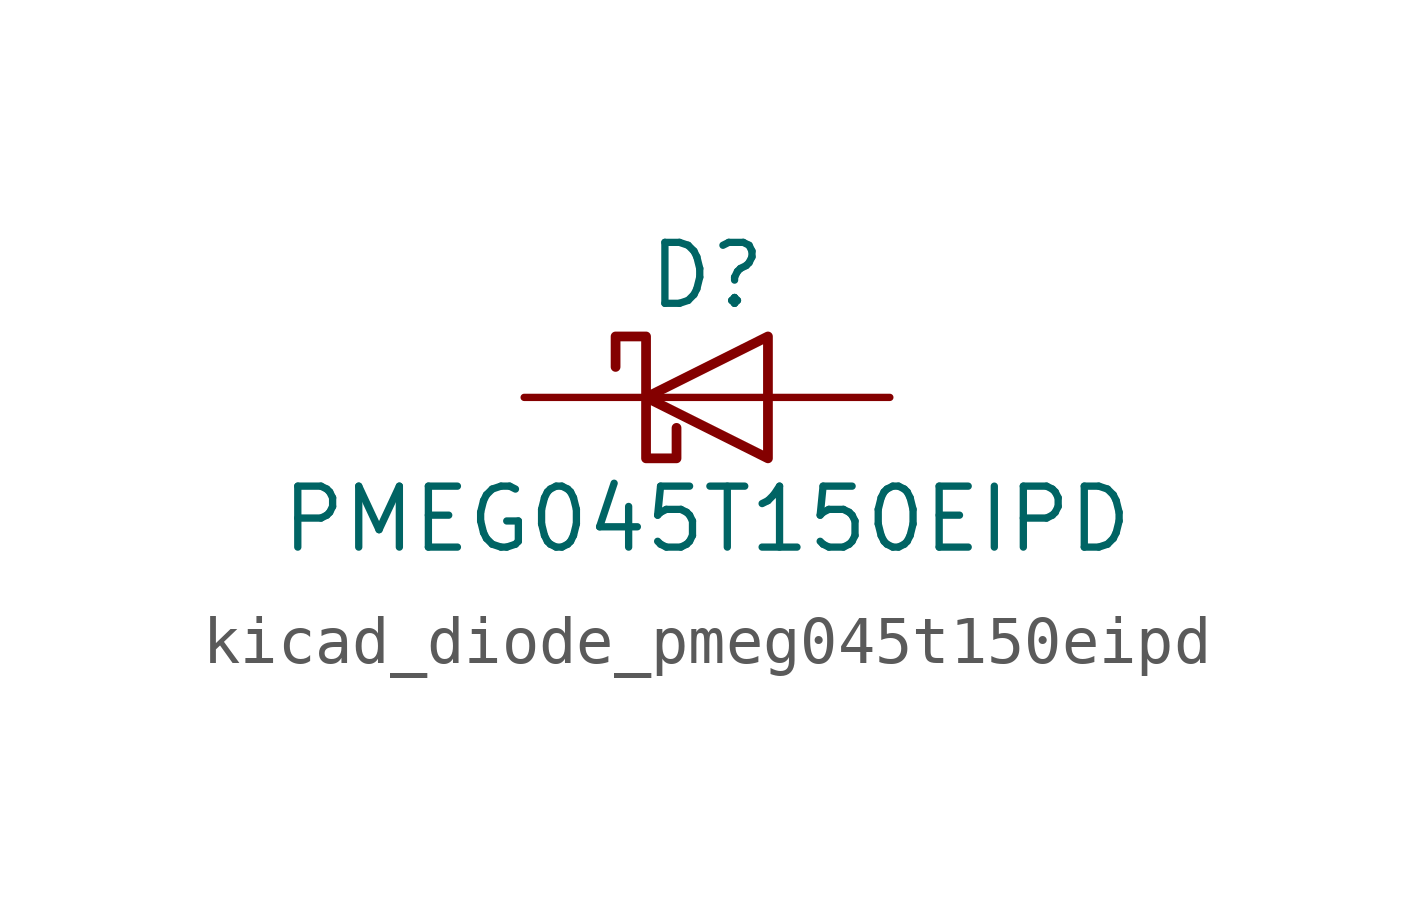
<source format=kicad_sym>
(kicad_symbol_lib
  (version 20220914)
  (generator kicad_symbol_editor)
  (symbol "kicad_diode_pmeg045t150eipd"
    (pin_numbers hide)
    (pin_names hide)
    (property "Reference" "D"
      (at 0 2.54 0)
      (effects (font (size 1.27 1.27))))
    (property "Value" "PMEG045T150EIPD"
      (at 0 -2.54 0)
      (effects (font (size 1.27 1.27))))
    (symbol "kicad_diode_pmeg045t150eipd_0_1"
      (polyline (pts (xy 1.27 0) (xy -1.27 0)) (stroke (width 0) (type default)) (fill (type none)))
      (polyline (pts (xy 1.27 1.27) (xy 1.27 -1.27) (xy -1.27 0) (xy 1.27 1.27)) (stroke (width 0.203) (type default)) (fill (type none)))
      (polyline (pts (xy -1.905 0.635) (xy -1.905 1.27) (xy -1.27 1.27) (xy -1.27 -1.27) (xy -0.635 -1.27) (xy -0.635 -0.635)) (stroke (width 0.203) (type default)) (fill (type none))))
    (symbol "kicad_diode_pmeg045t150eipd_1_1"
      (pin passive line (at 3.81 0 180) (length 2.54) (name "A" (effects (font (size 1.27 1.27)))) (number "1" (effects (font (size 1.27 1.27)))))
      (pin passive line (at 3.81 0 180) (length 2.54) hide (name "A" (effects (font (size 1.27 1.27)))) (number "2" (effects (font (size 1.27 1.27)))))
      (pin passive line (at -3.81 0 0) (length 2.54) (name "K" (effects (font (size 1.27 1.27)))) (number "3" (effects (font (size 1.27 1.27))))))))
</source>
